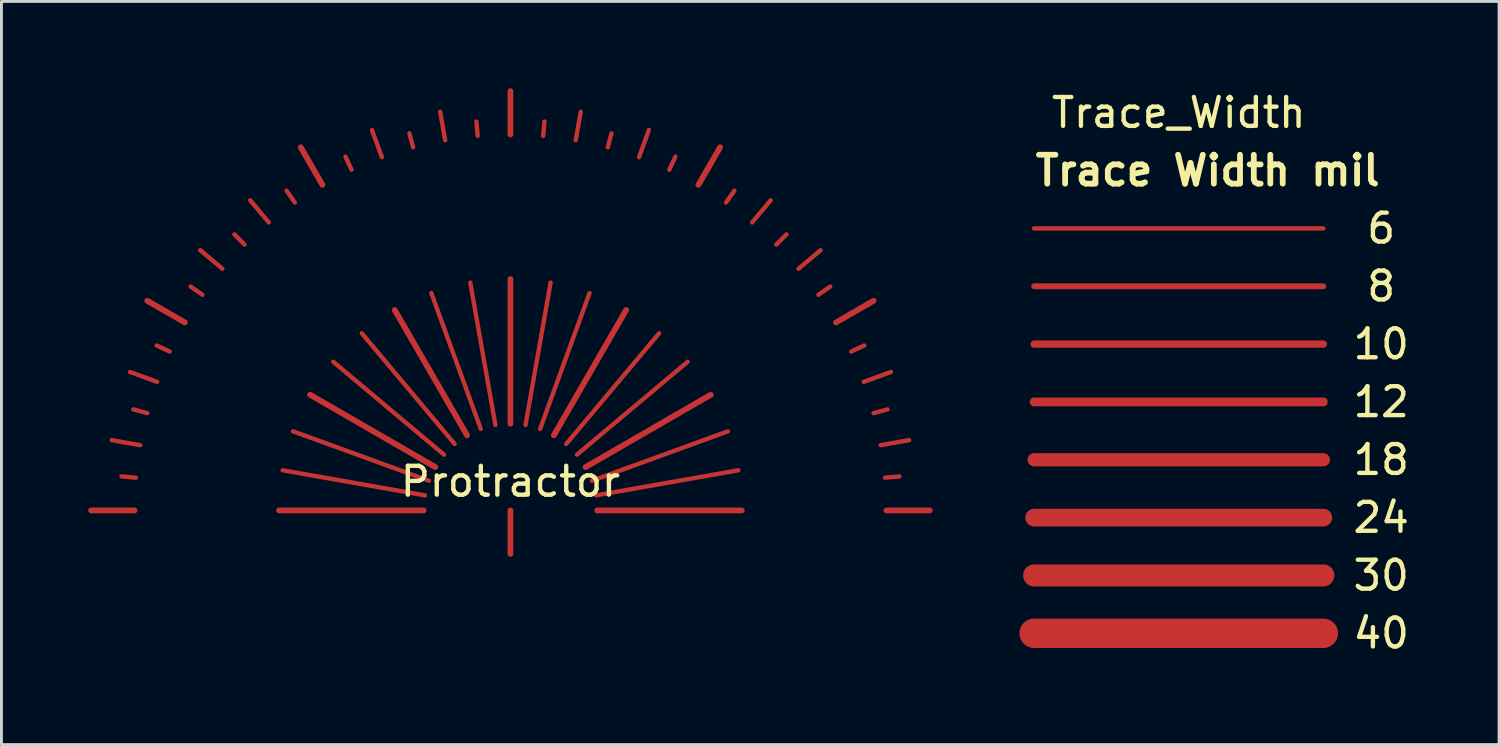
<source format=kicad_pcb>
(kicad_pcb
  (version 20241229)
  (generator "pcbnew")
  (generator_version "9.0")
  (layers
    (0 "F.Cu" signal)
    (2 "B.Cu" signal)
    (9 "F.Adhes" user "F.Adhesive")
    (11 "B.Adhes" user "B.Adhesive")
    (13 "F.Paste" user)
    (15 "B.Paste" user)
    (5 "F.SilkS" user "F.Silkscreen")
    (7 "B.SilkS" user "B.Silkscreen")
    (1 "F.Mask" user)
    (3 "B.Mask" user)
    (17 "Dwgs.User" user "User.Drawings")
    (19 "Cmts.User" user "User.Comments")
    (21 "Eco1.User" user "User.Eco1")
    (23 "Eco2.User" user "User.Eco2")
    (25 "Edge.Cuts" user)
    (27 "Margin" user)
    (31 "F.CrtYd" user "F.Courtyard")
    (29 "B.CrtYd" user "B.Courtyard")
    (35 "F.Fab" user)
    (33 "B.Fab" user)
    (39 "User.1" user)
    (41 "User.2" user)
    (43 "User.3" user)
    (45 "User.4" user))
  (footprint "Trace_Width"
    (layer "F.Cu")
    (at 37.708 4.848)
    (property "Reference" "Trace_Width" (at 0 -4 0) (layer "F.SilkS") (effects (font (size 1 1) (thickness 0.15))))
    (attr through_hole)
    (fp_line (start -5 0) (end 5 0) (stroke (width 0.152) (type solid)) (layer "F.Cu"))
    (fp_line (start -5 2) (end 5 2) (stroke (width 0.203) (type solid)) (layer "F.Cu"))
    (fp_line (start -5 4) (end 5 4) (stroke (width 0.254) (type solid)) (layer "F.Cu"))
    (fp_line (start -5 6) (end 5 6) (stroke (width 0.305) (type solid)) (layer "F.Cu"))
    (fp_line (start -5 8) (end 5 8) (stroke (width 0.457) (type solid)) (layer "F.Cu"))
    (fp_line (start -5 10) (end 5 10) (stroke (width 0.61) (type solid)) (layer "F.Cu"))
    (fp_line (start -5 12) (end 5 12) (stroke (width 0.762) (type solid)) (layer "F.Cu"))
    (fp_line (start -5 14) (end 5 14) (stroke (width 1.016) (type solid)) (layer "F.Cu"))
    (fp_line (start -5 0) (end 5 0) (stroke (width 0.152) (type solid)) (layer "F.Mask"))
    (fp_line (start -5 2) (end 5 2) (stroke (width 0.203) (type solid)) (layer "F.Mask"))
    (fp_line (start -5 4) (end 5 4) (stroke (width 0.254) (type solid)) (layer "F.Mask"))
    (fp_line (start -5 6) (end 5 6) (stroke (width 0.305) (type solid)) (layer "F.Mask"))
    (fp_line (start -5 8) (end 5 8) (stroke (width 0.457) (type solid)) (layer "F.Mask"))
    (fp_line (start -5 10) (end 5 10) (stroke (width 0.61) (type solid)) (layer "F.Mask"))
    (fp_line (start -5 12) (end 5 12) (stroke (width 0.762) (type solid)) (layer "F.Mask"))
    (fp_line (start -5 14) (end 5 14) (stroke (width 1.016) (type solid)) (layer "F.Mask"))
    (fp_text user "12" (at 7 6 0) (layer "F.SilkS") (effects (font (size 1 1) (thickness 0.15))))
    (fp_text user "10" (at 7 4 0) (layer "F.SilkS") (effects (font (size 1 1) (thickness 0.15))))
    (fp_text user "40" (at 7 14 0) (layer "F.SilkS") (effects (font (size 1 1) (thickness 0.15))))
    (fp_text user "30" (at 7 12 0) (layer "F.SilkS") (effects (font (size 1 1) (thickness 0.15))))
    (fp_text user "18" (at 7 8 0) (layer "F.SilkS") (effects (font (size 1 1) (thickness 0.15))))
    (fp_text user "8" (at 7 2 0) (layer "F.SilkS") (effects (font (size 1 1) (thickness 0.15))))
    (fp_text user "6" (at 7 0 0) (layer "F.SilkS") (effects (font (size 1 1) (thickness 0.15))))
    (fp_text user "Trace Width mil" (at 1 -2 0) (layer "F.SilkS") (effects (font (size 1 1) (thickness 0.2))))
    (fp_text user "24" (at 7 10 0) (layer "F.SilkS") (effects (font (size 1 1) (thickness 0.15)))))
  (footprint "Protractor"
    (layer "F.Cu")
    (at 14.6 14.6)
    (property "Reference" "Protractor" (at 0 -1 0) (layer "F.SilkS") (effects (font (size 1 1) (thickness 0.15))))
    (attr through_hole)
    (fp_line (start -13 0) (end -14.5 0) (stroke (width 0.2) (type solid)) (layer "F.Cu"))
    (fp_line (start -12.951 -1.133) (end -13.449 -1.177) (stroke (width 0.15) (type solid)) (layer "F.Cu"))
    (fp_line (start -12.803 -2.257) (end -13.787 -2.431) (stroke (width 0.15) (type solid)) (layer "F.Cu"))
    (fp_line (start -12.557 -3.365) (end -13.04 -3.494) (stroke (width 0.15) (type solid)) (layer "F.Cu"))
    (fp_line (start -12.216 -4.446) (end -13.156 -4.788) (stroke (width 0.15) (type solid)) (layer "F.Cu"))
    (fp_line (start -11.782 -5.494) (end -12.235 -5.705) (stroke (width 0.15) (type solid)) (layer "F.Cu"))
    (fp_line (start -11.258 -6.5) (end -12.557 -7.25) (stroke (width 0.2) (type solid)) (layer "F.Cu"))
    (fp_line (start -10.649 -7.456) (end -11.059 -7.743) (stroke (width 0.15) (type solid)) (layer "F.Cu"))
    (fp_line (start -9.959 -8.356) (end -10.725 -8.999) (stroke (width 0.15) (type solid)) (layer "F.Cu"))
    (fp_line (start -9.192 -9.192) (end -9.546 -9.546) (stroke (width 0.15) (type solid)) (layer "F.Cu"))
    (fp_line (start -8.356 -9.959) (end -8.999 -10.725) (stroke (width 0.15) (type solid)) (layer "F.Cu"))
    (fp_line (start -7.456 -10.649) (end -7.743 -11.059) (stroke (width 0.15) (type solid)) (layer "F.Cu"))
    (fp_line (start -6.5 -11.258) (end -7.25 -12.557) (stroke (width 0.2) (type solid)) (layer "F.Cu"))
    (fp_line (start -5.494 -11.782) (end -5.705 -12.235) (stroke (width 0.15) (type solid)) (layer "F.Cu"))
    (fp_line (start -4.446 -12.216) (end -4.788 -13.156) (stroke (width 0.15) (type solid)) (layer "F.Cu"))
    (fp_line (start -3.365 -12.557) (end -3.494 -13.04) (stroke (width 0.15) (type solid)) (layer "F.Cu"))
    (fp_line (start -3 0) (end -8 0) (stroke (width 0.2) (type solid)) (layer "F.Cu"))
    (fp_line (start -2.954 -0.521) (end -7.878 -1.389) (stroke (width 0.15) (type solid)) (layer "F.Cu"))
    (fp_line (start -2.819 -1.026) (end -7.518 -2.736) (stroke (width 0.15) (type solid)) (layer "F.Cu"))
    (fp_line (start -2.598 -1.5) (end -6.928 -4) (stroke (width 0.2) (type solid)) (layer "F.Cu"))
    (fp_line (start -2.298 -1.928) (end -6.128 -5.142) (stroke (width 0.15) (type solid)) (layer "F.Cu"))
    (fp_line (start -2.257 -12.803) (end -2.431 -13.787) (stroke (width 0.15) (type solid)) (layer "F.Cu"))
    (fp_line (start -1.928 -2.298) (end -5.142 -6.128) (stroke (width 0.15) (type solid)) (layer "F.Cu"))
    (fp_line (start -1.5 -2.598) (end -4 -6.928) (stroke (width 0.2) (type solid)) (layer "F.Cu"))
    (fp_line (start -1.133 -12.951) (end -1.177 -13.449) (stroke (width 0.15) (type solid)) (layer "F.Cu"))
    (fp_line (start -1.026 -2.819) (end -2.736 -7.518) (stroke (width 0.15) (type solid)) (layer "F.Cu"))
    (fp_line (start -0.521 -2.954) (end -1.389 -7.878) (stroke (width 0.15) (type solid)) (layer "F.Cu"))
    (fp_line (start 0 -13) (end 0 -14.5) (stroke (width 0.2) (type solid)) (layer "F.Cu"))
    (fp_line (start 0 -3) (end 0 -8) (stroke (width 0.2) (type solid)) (layer "F.Cu"))
    (fp_line (start 0 0) (end 0 1.5) (stroke (width 0.2) (type solid)) (layer "F.Cu"))
    (fp_line (start 0.521 -2.954) (end 1.389 -7.878) (stroke (width 0.15) (type solid)) (layer "F.Cu"))
    (fp_line (start 1.026 -2.819) (end 2.736 -7.518) (stroke (width 0.15) (type solid)) (layer "F.Cu"))
    (fp_line (start 1.133 -12.951) (end 1.177 -13.449) (stroke (width 0.15) (type solid)) (layer "F.Cu"))
    (fp_line (start 1.5 -2.598) (end 4 -6.928) (stroke (width 0.2) (type solid)) (layer "F.Cu"))
    (fp_line (start 1.928 -2.298) (end 5.142 -6.128) (stroke (width 0.15) (type solid)) (layer "F.Cu"))
    (fp_line (start 2.257 -12.803) (end 2.431 -13.787) (stroke (width 0.15) (type solid)) (layer "F.Cu"))
    (fp_line (start 2.298 -1.928) (end 6.128 -5.142) (stroke (width 0.15) (type solid)) (layer "F.Cu"))
    (fp_line (start 2.598 -1.5) (end 6.928 -4) (stroke (width 0.2) (type solid)) (layer "F.Cu"))
    (fp_line (start 2.819 -1.026) (end 7.518 -2.736) (stroke (width 0.15) (type solid)) (layer "F.Cu"))
    (fp_line (start 2.954 -0.521) (end 7.878 -1.389) (stroke (width 0.15) (type solid)) (layer "F.Cu"))
    (fp_line (start 3 0) (end 8 0) (stroke (width 0.2) (type solid)) (layer "F.Cu"))
    (fp_line (start 3.365 -12.557) (end 3.494 -13.04) (stroke (width 0.15) (type solid)) (layer "F.Cu"))
    (fp_line (start 4.446 -12.216) (end 4.788 -13.156) (stroke (width 0.15) (type solid)) (layer "F.Cu"))
    (fp_line (start 5.494 -11.782) (end 5.705 -12.235) (stroke (width 0.15) (type solid)) (layer "F.Cu"))
    (fp_line (start 6.5 -11.258) (end 7.25 -12.557) (stroke (width 0.2) (type solid)) (layer "F.Cu"))
    (fp_line (start 7.456 -10.649) (end 7.743 -11.059) (stroke (width 0.15) (type solid)) (layer "F.Cu"))
    (fp_line (start 8.356 -9.959) (end 8.999 -10.725) (stroke (width 0.15) (type solid)) (layer "F.Cu"))
    (fp_line (start 9.192 -9.192) (end 9.546 -9.546) (stroke (width 0.15) (type solid)) (layer "F.Cu"))
    (fp_line (start 9.959 -8.356) (end 10.725 -8.999) (stroke (width 0.15) (type solid)) (layer "F.Cu"))
    (fp_line (start 10.649 -7.456) (end 11.059 -7.743) (stroke (width 0.15) (type solid)) (layer "F.Cu"))
    (fp_line (start 11.258 -6.5) (end 12.557 -7.25) (stroke (width 0.2) (type solid)) (layer "F.Cu"))
    (fp_line (start 11.782 -5.494) (end 12.235 -5.705) (stroke (width 0.15) (type solid)) (layer "F.Cu"))
    (fp_line (start 12.216 -4.446) (end 13.156 -4.788) (stroke (width 0.15) (type solid)) (layer "F.Cu"))
    (fp_line (start 12.557 -3.365) (end 13.04 -3.494) (stroke (width 0.15) (type solid)) (layer "F.Cu"))
    (fp_line (start 12.803 -2.257) (end 13.787 -2.431) (stroke (width 0.15) (type solid)) (layer "F.Cu"))
    (fp_line (start 12.951 -1.133) (end 13.449 -1.177) (stroke (width 0.15) (type solid)) (layer "F.Cu"))
    (fp_line (start 13 0) (end 14.5 0) (stroke (width 0.2) (type solid)) (layer "F.Cu"))
    (fp_line (start -13 0) (end -14.5 0) (stroke (width 0.2) (type solid)) (layer "F.Mask"))
    (fp_line (start -12.951 -1.133) (end -13.449 -1.177) (stroke (width 0.15) (type solid)) (layer "F.Mask"))
    (fp_line (start -12.803 -2.257) (end -13.787 -2.431) (stroke (width 0.15) (type solid)) (layer "F.Mask"))
    (fp_line (start -12.557 -3.365) (end -13.04 -3.494) (stroke (width 0.15) (type solid)) (layer "F.Mask"))
    (fp_line (start -12.216 -4.446) (end -13.156 -4.788) (stroke (width 0.15) (type solid)) (layer "F.Mask"))
    (fp_line (start -11.782 -5.494) (end -12.235 -5.705) (stroke (width 0.15) (type solid)) (layer "F.Mask"))
    (fp_line (start -11.258 -6.5) (end -12.557 -7.25) (stroke (width 0.2) (type solid)) (layer "F.Mask"))
    (fp_line (start -10.649 -7.456) (end -11.059 -7.743) (stroke (width 0.15) (type solid)) (layer "F.Mask"))
    (fp_line (start -9.959 -8.356) (end -10.725 -8.999) (stroke (width 0.15) (type solid)) (layer "F.Mask"))
    (fp_line (start -9.192 -9.192) (end -9.546 -9.546) (stroke (width 0.15) (type solid)) (layer "F.Mask"))
    (fp_line (start -8.356 -9.959) (end -8.999 -10.725) (stroke (width 0.15) (type solid)) (layer "F.Mask"))
    (fp_line (start -7.456 -10.649) (end -7.743 -11.059) (stroke (width 0.15) (type solid)) (layer "F.Mask"))
    (fp_line (start -6.5 -11.258) (end -7.25 -12.557) (stroke (width 0.2) (type solid)) (layer "F.Mask"))
    (fp_line (start -5.494 -11.782) (end -5.705 -12.235) (stroke (width 0.15) (type solid)) (layer "F.Mask"))
    (fp_line (start -4.446 -12.216) (end -4.788 -13.156) (stroke (width 0.15) (type solid)) (layer "F.Mask"))
    (fp_line (start -3.365 -12.557) (end -3.494 -13.04) (stroke (width 0.15) (type solid)) (layer "F.Mask"))
    (fp_line (start -3 0) (end -8 0) (stroke (width 0.2) (type solid)) (layer "F.Mask"))
    (fp_line (start -2.954 -0.521) (end -7.878 -1.389) (stroke (width 0.15) (type solid)) (layer "F.Mask"))
    (fp_line (start -2.819 -1.026) (end -7.518 -2.736) (stroke (width 0.15) (type solid)) (layer "F.Mask"))
    (fp_line (start -2.598 -1.5) (end -6.928 -4) (stroke (width 0.2) (type solid)) (layer "F.Mask"))
    (fp_line (start -2.298 -1.928) (end -6.128 -5.142) (stroke (width 0.15) (type solid)) (layer "F.Mask"))
    (fp_line (start -2.257 -12.803) (end -2.431 -13.787) (stroke (width 0.15) (type solid)) (layer "F.Mask"))
    (fp_line (start -1.928 -2.298) (end -5.142 -6.128) (stroke (width 0.15) (type solid)) (layer "F.Mask"))
    (fp_line (start -1.5 -2.598) (end -4 -6.928) (stroke (width 0.2) (type solid)) (layer "F.Mask"))
    (fp_line (start -1.133 -12.951) (end -1.177 -13.449) (stroke (width 0.15) (type solid)) (layer "F.Mask"))
    (fp_line (start -1.026 -2.819) (end -2.736 -7.518) (stroke (width 0.15) (type solid)) (layer "F.Mask"))
    (fp_line (start -0.521 -2.954) (end -1.389 -7.878) (stroke (width 0.15) (type solid)) (layer "F.Mask"))
    (fp_line (start 0 -13) (end 0 -14.5) (stroke (width 0.2) (type solid)) (layer "F.Mask"))
    (fp_line (start 0 -3) (end 0 -8) (stroke (width 0.2) (type solid)) (layer "F.Mask"))
    (fp_line (start 0 0) (end 0 1.5) (stroke (width 0.2) (type solid)) (layer "F.Mask"))
    (fp_line (start 0.521 -2.954) (end 1.389 -7.878) (stroke (width 0.15) (type solid)) (layer "F.Mask"))
    (fp_line (start 1.026 -2.819) (end 2.736 -7.518) (stroke (width 0.15) (type solid)) (layer "F.Mask"))
    (fp_line (start 1.133 -12.951) (end 1.177 -13.449) (stroke (width 0.15) (type solid)) (layer "F.Mask"))
    (fp_line (start 1.5 -2.598) (end 4 -6.928) (stroke (width 0.2) (type solid)) (layer "F.Mask"))
    (fp_line (start 1.928 -2.298) (end 5.142 -6.128) (stroke (width 0.15) (type solid)) (layer "F.Mask"))
    (fp_line (start 2.257 -12.803) (end 2.431 -13.787) (stroke (width 0.15) (type solid)) (layer "F.Mask"))
    (fp_line (start 2.298 -1.928) (end 6.128 -5.142) (stroke (width 0.15) (type solid)) (layer "F.Mask"))
    (fp_line (start 2.598 -1.5) (end 6.928 -4) (stroke (width 0.2) (type solid)) (layer "F.Mask"))
    (fp_line (start 2.819 -1.026) (end 7.518 -2.736) (stroke (width 0.15) (type solid)) (layer "F.Mask"))
    (fp_line (start 2.954 -0.521) (end 7.878 -1.389) (stroke (width 0.15) (type solid)) (layer "F.Mask"))
    (fp_line (start 3 0) (end 8 0) (stroke (width 0.2) (type solid)) (layer "F.Mask"))
    (fp_line (start 3.365 -12.557) (end 3.494 -13.04) (stroke (width 0.15) (type solid)) (layer "F.Mask"))
    (fp_line (start 4.446 -12.216) (end 4.788 -13.156) (stroke (width 0.15) (type solid)) (layer "F.Mask"))
    (fp_line (start 5.494 -11.782) (end 5.705 -12.235) (stroke (width 0.15) (type solid)) (layer "F.Mask"))
    (fp_line (start 6.5 -11.258) (end 7.25 -12.557) (stroke (width 0.2) (type solid)) (layer "F.Mask"))
    (fp_line (start 7.456 -10.649) (end 7.743 -11.059) (stroke (width 0.15) (type solid)) (layer "F.Mask"))
    (fp_line (start 8.356 -9.959) (end 8.999 -10.725) (stroke (width 0.15) (type solid)) (layer "F.Mask"))
    (fp_line (start 9.192 -9.192) (end 9.546 -9.546) (stroke (width 0.15) (type solid)) (layer "F.Mask"))
    (fp_line (start 9.959 -8.356) (end 10.725 -8.999) (stroke (width 0.15) (type solid)) (layer "F.Mask"))
    (fp_line (start 10.649 -7.456) (end 11.059 -7.743) (stroke (width 0.15) (type solid)) (layer "F.Mask"))
    (fp_line (start 11.258 -6.5) (end 12.557 -7.25) (stroke (width 0.2) (type solid)) (layer "F.Mask"))
    (fp_line (start 11.782 -5.494) (end 12.235 -5.705) (stroke (width 0.15) (type solid)) (layer "F.Mask"))
    (fp_line (start 12.216 -4.446) (end 13.156 -4.788) (stroke (width 0.15) (type solid)) (layer "F.Mask"))
    (fp_line (start 12.557 -3.365) (end 13.04 -3.494) (stroke (width 0.15) (type solid)) (layer "F.Mask"))
    (fp_line (start 12.803 -2.257) (end 13.787 -2.431) (stroke (width 0.15) (type solid)) (layer "F.Mask"))
    (fp_line (start 12.951 -1.133) (end 13.449 -1.177) (stroke (width 0.15) (type solid)) (layer "F.Mask"))
    (fp_line (start 13 0) (end 14.5 0) (stroke (width 0.2) (type solid)) (layer "F.Mask")))
  (gr_rect
    (start -3 -3)
    (end 48.785 22.697)
    (stroke (width 0.1) (type default))
    (fill no)
    (layer "Edge.Cuts")))
</source>
